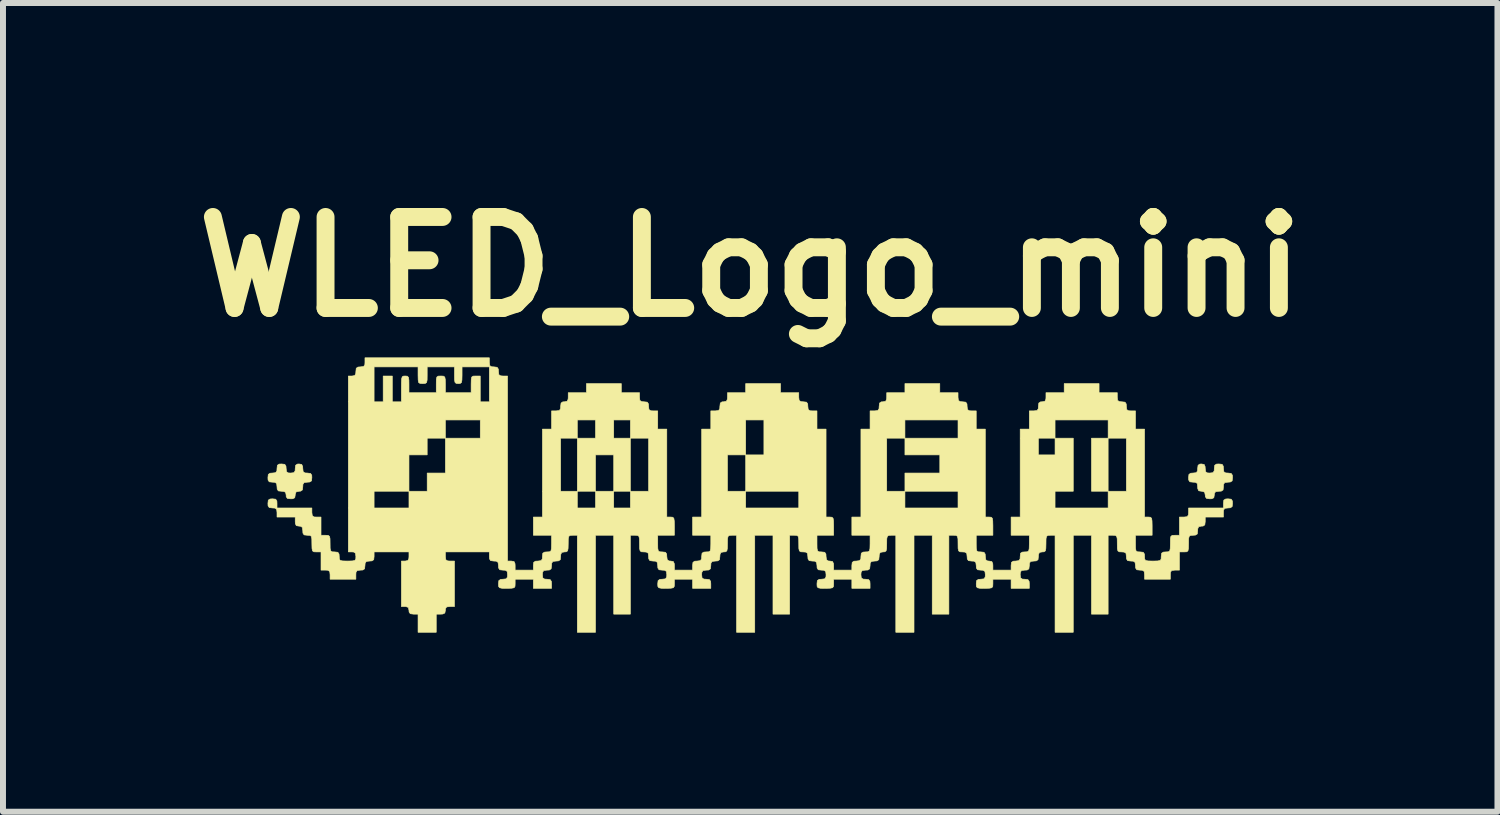
<source format=kicad_pcb>
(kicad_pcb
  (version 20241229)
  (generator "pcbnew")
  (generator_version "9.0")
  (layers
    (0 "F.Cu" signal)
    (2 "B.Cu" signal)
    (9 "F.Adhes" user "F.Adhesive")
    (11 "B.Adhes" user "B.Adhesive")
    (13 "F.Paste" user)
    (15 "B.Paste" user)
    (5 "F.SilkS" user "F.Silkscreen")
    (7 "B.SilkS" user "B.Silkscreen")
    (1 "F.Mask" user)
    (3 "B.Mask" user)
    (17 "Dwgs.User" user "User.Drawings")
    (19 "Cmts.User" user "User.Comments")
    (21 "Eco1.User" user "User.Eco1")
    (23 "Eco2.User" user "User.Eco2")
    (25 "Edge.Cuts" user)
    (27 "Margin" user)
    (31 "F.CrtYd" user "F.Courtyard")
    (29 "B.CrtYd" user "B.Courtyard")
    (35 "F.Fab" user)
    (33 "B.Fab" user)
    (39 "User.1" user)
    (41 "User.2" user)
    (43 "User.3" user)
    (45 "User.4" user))
  (footprint "WLED_Logo_mini"
    (layer "F.Cu")
    (at 9.514 5.228)
    (property "Reference" "WLED_Logo_mini" (at 0 -3.81 0) (layer "F.SilkS") (effects (font (size 1.524 1.524) (thickness 0.3))))
    (attr through_hole)
    (fp_poly (pts (xy 5.994 -0.051) (xy 5.715 -0.051) (xy 5.715 -0.94) (xy 5.994 -0.94) (xy 5.994 -0.051)) (stroke (width 0.01) (type solid)) (fill yes) (layer "F.SilkS"))
    (fp_poly (pts (xy -7.511 -0.5) (xy -7.495 -0.465) (xy -7.493 -0.432) (xy -7.487 -0.378) (xy -7.457 -0.358) (xy -7.417 -0.356) (xy -7.363 -0.349) (xy -7.343 -0.32) (xy -7.341 -0.279) (xy -7.347 -0.225) (xy -7.377 -0.206) (xy -7.417 -0.203) (xy -7.471 -0.197) (xy -7.491 -0.167) (xy -7.493 -0.127) (xy -7.5 -0.073) (xy -7.529 -0.053) (xy -7.556 -0.051) (xy -7.605 -0.04) (xy -7.62 0.001) (xy -7.62 0.013) (xy -7.628 0.058) (xy -7.663 0.075) (xy -7.696 0.076) (xy -7.751 0.069) (xy -7.771 0.04) (xy -7.772 0.013) (xy -7.781 -0.033) (xy -7.815 -0.049) (xy -7.849 -0.051) (xy -7.903 -0.057) (xy -7.922 -0.087) (xy -7.925 -0.127) (xy -7.931 -0.181) (xy -7.961 -0.201) (xy -8.001 -0.203) (xy -8.055 -0.209) (xy -8.075 -0.239) (xy -8.077 -0.279) (xy -8.071 -0.333) (xy -8.041 -0.353) (xy -8.001 -0.356) (xy -7.947 -0.362) (xy -7.927 -0.392) (xy -7.925 -0.432) (xy -7.919 -0.486) (xy -7.889 -0.506) (xy -7.849 -0.508) (xy -7.795 -0.502) (xy -7.775 -0.472) (xy -7.772 -0.432) (xy -7.766 -0.378) (xy -7.736 -0.358) (xy -7.696 -0.356) (xy -7.642 -0.362) (xy -7.622 -0.392) (xy -7.62 -0.432) (xy -7.613 -0.486) (xy -7.584 -0.506) (xy -7.556 -0.508) (xy -7.511 -0.5)) (stroke (width 0.01) (type solid)) (fill yes) (layer "F.SilkS"))
    (fp_poly (pts (xy 7.903 -0.502) (xy 7.922 -0.472) (xy 7.925 -0.432) (xy 7.931 -0.378) (xy 7.961 -0.358) (xy 8.001 -0.356) (xy 8.055 -0.349) (xy 8.075 -0.32) (xy 8.077 -0.279) (xy 8.071 -0.225) (xy 8.041 -0.206) (xy 8.001 -0.203) (xy 7.947 -0.197) (xy 7.927 -0.167) (xy 7.925 -0.127) (xy 7.919 -0.073) (xy 7.889 -0.053) (xy 7.849 -0.051) (xy 7.794 -0.044) (xy 7.774 -0.015) (xy 7.772 0.013) (xy 7.764 0.058) (xy 7.729 0.075) (xy 7.696 0.076) (xy 7.642 0.069) (xy 7.622 0.04) (xy 7.62 0.013) (xy 7.61 -0.036) (xy 7.568 -0.051) (xy 7.556 -0.051) (xy 7.511 -0.059) (xy 7.495 -0.094) (xy 7.493 -0.127) (xy 7.487 -0.181) (xy 7.457 -0.201) (xy 7.417 -0.203) (xy 7.363 -0.209) (xy 7.343 -0.239) (xy 7.341 -0.279) (xy 7.347 -0.333) (xy 7.377 -0.353) (xy 7.417 -0.356) (xy 7.471 -0.362) (xy 7.491 -0.392) (xy 7.493 -0.432) (xy 7.5 -0.486) (xy 7.529 -0.506) (xy 7.556 -0.508) (xy 7.602 -0.5) (xy 7.618 -0.465) (xy 7.62 -0.432) (xy 7.626 -0.378) (xy 7.656 -0.358) (xy 7.696 -0.356) (xy 7.75 -0.362) (xy 7.77 -0.392) (xy 7.772 -0.432) (xy 7.779 -0.486) (xy 7.808 -0.506) (xy 7.849 -0.508) (xy 7.903 -0.502)) (stroke (width 0.01) (type solid)) (fill yes) (layer "F.SilkS"))
    (fp_poly (pts (xy -4.369 -2.21) (xy -4.363 -2.156) (xy -4.333 -2.136) (xy -4.293 -2.134) (xy -4.239 -2.127) (xy -4.219 -2.098) (xy -4.216 -2.057) (xy -4.21 -2.003) (xy -4.18 -1.984) (xy -4.14 -1.981) (xy -4.064 -1.981) (xy -4.064 1.118) (xy -4 1.118) (xy -3.955 1.126) (xy -3.939 1.161) (xy -3.937 1.194) (xy -3.937 1.27) (xy -3.632 1.27) (xy -3.632 1.194) (xy -3.626 1.14) (xy -3.596 1.12) (xy -3.556 1.118) (xy -3.502 1.111) (xy -3.482 1.082) (xy -3.48 1.041) (xy -3.474 0.987) (xy -3.444 0.968) (xy -3.404 0.965) (xy -3.36 0.963) (xy -3.337 0.947) (xy -3.329 0.907) (xy -3.327 0.828) (xy -3.327 0.826) (xy -3.327 0.686) (xy -3.632 0.686) (xy -3.632 0.381) (xy -3.48 0.381) (xy -3.48 -0.94) (xy -3.175 -0.94) (xy -3.175 -0.051) (xy -2.896 -0.051) (xy -2.896 0.229) (xy -2.591 0.229) (xy -2.591 -0.051) (xy -2.896 -0.051) (xy -2.896 -0.66) (xy -2.591 -0.66) (xy -2.591 -0.051) (xy -2.286 -0.051) (xy -2.286 0.229) (xy -2.007 0.229) (xy -2.007 -0.051) (xy -2.286 -0.051) (xy -2.286 -0.66) (xy -2.591 -0.66) (xy -2.896 -0.66) (xy -2.896 -0.94) (xy -3.175 -0.94) (xy -3.48 -0.94) (xy -3.48 -1.092) (xy -3.327 -1.092) (xy -3.327 -1.245) (xy -2.896 -1.245) (xy -2.896 -0.94) (xy -2.591 -0.94) (xy -2.591 -1.245) (xy -2.286 -1.245) (xy -2.286 -0.94) (xy -2.007 -0.94) (xy -2.007 -0.051) (xy -1.702 -0.051) (xy -1.702 -0.94) (xy -2.007 -0.94) (xy -2.007 -1.245) (xy -2.286 -1.245) (xy -2.591 -1.245) (xy -2.896 -1.245) (xy -3.327 -1.245) (xy -3.327 -1.397) (xy -3.251 -1.397) (xy -3.197 -1.403) (xy -3.177 -1.433) (xy -3.175 -1.473) (xy -3.168 -1.528) (xy -3.139 -1.548) (xy -3.111 -1.549) (xy -3.066 -1.558) (xy -3.05 -1.592) (xy -3.048 -1.626) (xy -3.048 -1.702) (xy -2.743 -1.702) (xy -2.743 -1.854) (xy -2.159 -1.854) (xy -2.159 -1.702) (xy -1.854 -1.702) (xy -1.854 -1.626) (xy -1.848 -1.572) (xy -1.818 -1.552) (xy -1.778 -1.549) (xy -1.724 -1.543) (xy -1.704 -1.513) (xy -1.702 -1.473) (xy -1.696 -1.419) (xy -1.666 -1.399) (xy -1.626 -1.397) (xy -1.549 -1.397) (xy -1.549 -1.092) (xy -1.397 -1.092) (xy -1.397 0.381) (xy -1.333 0.381) (xy -1.298 0.384) (xy -1.279 0.402) (xy -1.272 0.446) (xy -1.27 0.528) (xy -1.27 0.533) (xy -1.27 0.686) (xy -1.549 0.686) (xy -1.549 0.826) (xy -1.548 0.905) (xy -1.54 0.947) (xy -1.517 0.963) (xy -1.474 0.965) (xy -1.473 0.965) (xy -1.419 0.971) (xy -1.399 1.001) (xy -1.397 1.041) (xy -1.39 1.096) (xy -1.361 1.116) (xy -1.333 1.118) (xy -1.288 1.126) (xy -1.272 1.161) (xy -1.27 1.194) (xy -1.27 1.27) (xy -0.965 1.27) (xy -0.965 1.194) (xy -0.959 1.14) (xy -0.929 1.12) (xy -0.889 1.118) (xy -0.835 1.111) (xy -0.815 1.082) (xy -0.813 1.041) (xy -0.807 0.987) (xy -0.777 0.968) (xy -0.737 0.965) (xy -0.693 0.963) (xy -0.67 0.947) (xy -0.662 0.907) (xy -0.66 0.828) (xy -0.66 0.826) (xy -0.66 0.686) (xy -0.965 0.686) (xy -0.965 0.381) (xy -0.813 0.381) (xy -0.813 -0.66) (xy -0.381 -0.66) (xy -0.381 -0.051) (xy -0.076 -0.051) (xy -0.076 0.229) (xy 0.813 0.229) (xy 0.813 -0.051) (xy -0.076 -0.051) (xy -0.076 -0.66) (xy -0.381 -0.66) (xy -0.813 -0.66) (xy -0.813 -1.092) (xy -0.66 -1.092) (xy -0.66 -1.245) (xy -0.076 -1.245) (xy -0.076 -0.66) (xy 0.229 -0.66) (xy 0.229 -1.245) (xy -0.076 -1.245) (xy -0.66 -1.245) (xy -0.66 -1.397) (xy -0.584 -1.397) (xy -0.53 -1.403) (xy -0.51 -1.433) (xy -0.508 -1.473) (xy -0.501 -1.528) (xy -0.472 -1.548) (xy -0.445 -1.549) (xy -0.399 -1.558) (xy -0.383 -1.592) (xy -0.381 -1.626) (xy -0.381 -1.702) (xy -0.076 -1.702) (xy -0.076 -1.854) (xy 0.508 -1.854) (xy 0.508 -1.702) (xy 0.813 -1.702) (xy 0.813 -1.626) (xy 0.819 -1.572) (xy 0.849 -1.552) (xy 0.889 -1.549) (xy 0.943 -1.543) (xy 0.963 -1.513) (xy 0.965 -1.473) (xy 0.971 -1.419) (xy 1.001 -1.399) (xy 1.041 -1.397) (xy 1.118 -1.397) (xy 1.118 -1.092) (xy 1.27 -1.092) (xy 1.27 0.381) (xy 1.333 0.381) (xy 1.369 0.384) (xy 1.388 0.402) (xy 1.395 0.446) (xy 1.397 0.528) (xy 1.397 0.533) (xy 1.397 0.686) (xy 1.118 0.686) (xy 1.118 0.826) (xy 1.119 0.905) (xy 1.127 0.947) (xy 1.15 0.963) (xy 1.193 0.965) (xy 1.194 0.965) (xy 1.248 0.971) (xy 1.268 1.001) (xy 1.27 1.041) (xy 1.277 1.096) (xy 1.306 1.116) (xy 1.333 1.118) (xy 1.379 1.126) (xy 1.395 1.161) (xy 1.397 1.194) (xy 1.397 1.27) (xy 1.702 1.27) (xy 1.702 1.194) (xy 1.708 1.14) (xy 1.738 1.12) (xy 1.778 1.118) (xy 1.832 1.111) (xy 1.852 1.082) (xy 1.854 1.041) (xy 1.86 0.987) (xy 1.89 0.968) (xy 1.93 0.965) (xy 1.974 0.963) (xy 1.997 0.947) (xy 2.005 0.907) (xy 2.007 0.828) (xy 2.007 0.826) (xy 2.007 0.686) (xy 1.702 0.686) (xy 1.702 0.381) (xy 1.854 0.381) (xy 1.854 -0.94) (xy 2.286 -0.94) (xy 2.286 -0.051) (xy 2.591 -0.051) (xy 2.591 0.229) (xy 3.48 0.229) (xy 3.48 -0.051) (xy 2.591 -0.051) (xy 2.591 -0.356) (xy 3.175 -0.356) (xy 3.175 -0.66) (xy 2.591 -0.66) (xy 2.591 -0.94) (xy 2.286 -0.94) (xy 1.854 -0.94) (xy 1.854 -1.092) (xy 2.007 -1.092) (xy 2.007 -1.245) (xy 2.591 -1.245) (xy 2.591 -0.94) (xy 3.48 -0.94) (xy 3.48 -1.245) (xy 2.591 -1.245) (xy 2.007 -1.245) (xy 2.007 -1.397) (xy 2.083 -1.397) (xy 2.137 -1.403) (xy 2.157 -1.433) (xy 2.159 -1.473) (xy 2.166 -1.528) (xy 2.195 -1.548) (xy 2.223 -1.549) (xy 2.268 -1.558) (xy 2.284 -1.592) (xy 2.286 -1.626) (xy 2.286 -1.702) (xy 2.591 -1.702) (xy 2.591 -1.854) (xy 3.175 -1.854) (xy 3.175 -1.702) (xy 3.48 -1.702) (xy 3.48 -1.626) (xy 3.486 -1.572) (xy 3.516 -1.552) (xy 3.556 -1.549) (xy 3.61 -1.543) (xy 3.63 -1.513) (xy 3.632 -1.473) (xy 3.638 -1.419) (xy 3.668 -1.399) (xy 3.708 -1.397) (xy 3.785 -1.397) (xy 3.785 -1.092) (xy 3.937 -1.092) (xy 3.937 0.381) (xy 4 0.381) (xy 4.036 0.384) (xy 4.055 0.402) (xy 4.062 0.446) (xy 4.064 0.528) (xy 4.064 0.533) (xy 4.064 0.686) (xy 3.785 0.686) (xy 3.785 0.826) (xy 3.786 0.905) (xy 3.794 0.947) (xy 3.817 0.963) (xy 3.86 0.965) (xy 3.861 0.965) (xy 3.915 0.971) (xy 3.935 1.001) (xy 3.937 1.041) (xy 3.944 1.096) (xy 3.973 1.116) (xy 4 1.118) (xy 4.046 1.126) (xy 4.062 1.161) (xy 4.064 1.194) (xy 4.064 1.27) (xy 4.369 1.27) (xy 4.369 1.194) (xy 4.375 1.14) (xy 4.405 1.12) (xy 4.445 1.118) (xy 4.499 1.111) (xy 4.519 1.082) (xy 4.521 1.041) (xy 4.527 0.987) (xy 4.557 0.968) (xy 4.597 0.965) (xy 4.641 0.963) (xy 4.664 0.947) (xy 4.672 0.907) (xy 4.674 0.828) (xy 4.674 0.826) (xy 4.674 0.686) (xy 4.369 0.686) (xy 4.369 0.381) (xy 4.521 0.381) (xy 4.521 -0.051) (xy 5.105 -0.051) (xy 5.105 0.229) (xy 5.994 0.229) (xy 5.994 -0.051) (xy 6.299 -0.051) (xy 6.299 -0.94) (xy 5.994 -0.94) (xy 5.994 -1.245) (xy 5.105 -1.245) (xy 5.105 -0.94) (xy 5.41 -0.94) (xy 5.41 -0.051) (xy 5.105 -0.051) (xy 4.521 -0.051) (xy 4.521 -0.94) (xy 4.826 -0.94) (xy 4.826 -0.66) (xy 5.105 -0.66) (xy 5.105 -0.94) (xy 4.826 -0.94) (xy 4.521 -0.94) (xy 4.521 -1.092) (xy 4.674 -1.092) (xy 4.674 -1.397) (xy 4.75 -1.397) (xy 4.804 -1.403) (xy 4.824 -1.433) (xy 4.826 -1.473) (xy 4.833 -1.528) (xy 4.862 -1.548) (xy 4.889 -1.549) (xy 4.935 -1.558) (xy 4.951 -1.592) (xy 4.953 -1.626) (xy 4.953 -1.702) (xy 5.258 -1.702) (xy 5.258 -1.854) (xy 5.842 -1.854) (xy 5.842 -1.702) (xy 6.147 -1.702) (xy 6.147 -1.626) (xy 6.153 -1.572) (xy 6.183 -1.552) (xy 6.223 -1.549) (xy 6.277 -1.543) (xy 6.297 -1.513) (xy 6.299 -1.473) (xy 6.305 -1.419) (xy 6.335 -1.399) (xy 6.375 -1.397) (xy 6.452 -1.397) (xy 6.452 -1.092) (xy 6.604 -1.092) (xy 6.604 0.381) (xy 6.668 0.381) (xy 6.703 0.384) (xy 6.722 0.402) (xy 6.729 0.446) (xy 6.731 0.528) (xy 6.731 0.533) (xy 6.731 0.686) (xy 6.452 0.686) (xy 6.452 0.826) (xy 6.453 0.905) (xy 6.461 0.947) (xy 6.484 0.963) (xy 6.527 0.965) (xy 6.528 0.965) (xy 6.582 0.971) (xy 6.602 1.001) (xy 6.604 1.041) (xy 6.606 1.085) (xy 6.622 1.108) (xy 6.663 1.116) (xy 6.742 1.118) (xy 6.744 1.118) (xy 6.824 1.116) (xy 6.865 1.108) (xy 6.881 1.086) (xy 6.883 1.043) (xy 6.883 1.041) (xy 6.89 0.987) (xy 6.919 0.968) (xy 6.96 0.965) (xy 7.003 0.963) (xy 7.026 0.947) (xy 7.034 0.907) (xy 7.036 0.828) (xy 7.036 0.826) (xy 7.037 0.746) (xy 7.045 0.704) (xy 7.068 0.688) (xy 7.111 0.686) (xy 7.188 0.686) (xy 7.188 0.381) (xy 7.264 0.381) (xy 7.318 0.375) (xy 7.338 0.345) (xy 7.341 0.305) (xy 7.341 0.229) (xy 7.925 0.229) (xy 7.925 0.152) (xy 7.931 0.098) (xy 7.961 0.079) (xy 8.001 0.076) (xy 8.055 0.082) (xy 8.075 0.112) (xy 8.077 0.152) (xy 8.071 0.206) (xy 8.041 0.226) (xy 8.001 0.229) (xy 7.947 0.235) (xy 7.927 0.265) (xy 7.925 0.305) (xy 7.925 0.381) (xy 7.62 0.381) (xy 7.62 0.457) (xy 7.613 0.512) (xy 7.584 0.532) (xy 7.556 0.533) (xy 7.511 0.542) (xy 7.495 0.576) (xy 7.493 0.61) (xy 7.487 0.664) (xy 7.457 0.683) (xy 7.417 0.686) (xy 7.373 0.688) (xy 7.351 0.704) (xy 7.342 0.744) (xy 7.341 0.823) (xy 7.341 0.826) (xy 7.339 0.905) (xy 7.331 0.947) (xy 7.309 0.963) (xy 7.266 0.965) (xy 7.264 0.965) (xy 7.188 0.965) (xy 7.188 1.27) (xy 7.112 1.27) (xy 7.058 1.276) (xy 7.038 1.306) (xy 7.036 1.346) (xy 7.036 1.422) (xy 6.604 1.422) (xy 6.604 1.346) (xy 6.598 1.292) (xy 6.568 1.272) (xy 6.528 1.27) (xy 6.474 1.264) (xy 6.454 1.234) (xy 6.452 1.194) (xy 6.445 1.14) (xy 6.416 1.12) (xy 6.375 1.118) (xy 6.321 1.111) (xy 6.302 1.082) (xy 6.299 1.041) (xy 6.293 0.987) (xy 6.263 0.968) (xy 6.223 0.965) (xy 6.179 0.963) (xy 6.157 0.947) (xy 6.148 0.907) (xy 6.147 0.828) (xy 6.147 0.826) (xy 6.146 0.746) (xy 6.137 0.704) (xy 6.115 0.688) (xy 6.072 0.686) (xy 5.994 0.686) (xy 5.994 2.007) (xy 5.715 2.007) (xy 5.715 0.686) (xy 5.41 0.686) (xy 5.41 2.311) (xy 5.105 2.311) (xy 5.105 0.686) (xy 5.029 0.686) (xy 4.986 0.688) (xy 4.963 0.704) (xy 4.954 0.744) (xy 4.953 0.823) (xy 4.953 0.826) (xy 4.951 0.906) (xy 4.943 0.947) (xy 4.921 0.963) (xy 4.889 0.965) (xy 4.844 0.973) (xy 4.828 1.008) (xy 4.826 1.041) (xy 4.82 1.095) (xy 4.79 1.115) (xy 4.75 1.118) (xy 4.696 1.124) (xy 4.676 1.154) (xy 4.674 1.194) (xy 4.667 1.248) (xy 4.638 1.268) (xy 4.597 1.27) (xy 4.543 1.276) (xy 4.524 1.306) (xy 4.521 1.346) (xy 4.527 1.4) (xy 4.557 1.42) (xy 4.597 1.422) (xy 4.651 1.429) (xy 4.671 1.458) (xy 4.674 1.499) (xy 4.674 1.575) (xy 4.369 1.575) (xy 4.369 1.422) (xy 4.064 1.422) (xy 4.064 1.499) (xy 4.062 1.542) (xy 4.046 1.565) (xy 4.005 1.573) (xy 3.926 1.575) (xy 3.924 1.575) (xy 3.844 1.574) (xy 3.803 1.565) (xy 3.787 1.543) (xy 3.785 1.5) (xy 3.785 1.499) (xy 3.791 1.445) (xy 3.821 1.425) (xy 3.861 1.422) (xy 3.915 1.416) (xy 3.935 1.386) (xy 3.937 1.346) (xy 3.931 1.292) (xy 3.901 1.272) (xy 3.861 1.27) (xy 3.807 1.264) (xy 3.787 1.234) (xy 3.785 1.194) (xy 3.778 1.14) (xy 3.749 1.12) (xy 3.708 1.118) (xy 3.654 1.111) (xy 3.635 1.082) (xy 3.632 1.041) (xy 3.626 0.987) (xy 3.596 0.968) (xy 3.556 0.965) (xy 3.512 0.963) (xy 3.49 0.947) (xy 3.481 0.907) (xy 3.48 0.828) (xy 3.48 0.826) (xy 3.479 0.746) (xy 3.47 0.704) (xy 3.448 0.688) (xy 3.405 0.686) (xy 3.327 0.686) (xy 3.327 2.007) (xy 3.048 2.007) (xy 3.048 0.686) (xy 2.743 0.686) (xy 2.743 2.311) (xy 2.438 2.311) (xy 2.438 0.686) (xy 2.362 0.686) (xy 2.319 0.688) (xy 2.296 0.704) (xy 2.287 0.744) (xy 2.286 0.823) (xy 2.286 0.826) (xy 2.284 0.906) (xy 2.276 0.947) (xy 2.254 0.963) (xy 2.223 0.965) (xy 2.177 0.973) (xy 2.161 1.008) (xy 2.159 1.041) (xy 2.153 1.095) (xy 2.123 1.115) (xy 2.083 1.118) (xy 2.029 1.124) (xy 2.009 1.154) (xy 2.007 1.194) (xy 2 1.248) (xy 1.971 1.268) (xy 1.93 1.27) (xy 1.876 1.276) (xy 1.857 1.306) (xy 1.854 1.346) (xy 1.86 1.4) (xy 1.89 1.42) (xy 1.93 1.422) (xy 1.984 1.429) (xy 2.004 1.458) (xy 2.007 1.499) (xy 2.007 1.575) (xy 1.702 1.575) (xy 1.702 1.422) (xy 1.397 1.422) (xy 1.397 1.499) (xy 1.395 1.542) (xy 1.379 1.565) (xy 1.338 1.573) (xy 1.259 1.575) (xy 1.257 1.575) (xy 1.177 1.574) (xy 1.136 1.565) (xy 1.12 1.543) (xy 1.118 1.5) (xy 1.118 1.499) (xy 1.124 1.445) (xy 1.154 1.425) (xy 1.194 1.422) (xy 1.248 1.416) (xy 1.268 1.386) (xy 1.27 1.346) (xy 1.264 1.292) (xy 1.234 1.272) (xy 1.194 1.27) (xy 1.14 1.264) (xy 1.12 1.234) (xy 1.118 1.194) (xy 1.111 1.14) (xy 1.082 1.12) (xy 1.041 1.118) (xy 0.987 1.111) (xy 0.968 1.082) (xy 0.965 1.041) (xy 0.959 0.987) (xy 0.929 0.968) (xy 0.889 0.965) (xy 0.845 0.963) (xy 0.823 0.947) (xy 0.814 0.907) (xy 0.813 0.828) (xy 0.813 0.826) (xy 0.812 0.746) (xy 0.803 0.704) (xy 0.781 0.688) (xy 0.738 0.686) (xy 0.66 0.686) (xy 0.66 2.007) (xy 0.381 2.007) (xy 0.381 0.686) (xy 0.076 0.686) (xy 0.076 2.311) (xy -0.229 2.311) (xy -0.229 0.686) (xy -0.305 0.686) (xy -0.348 0.688) (xy -0.371 0.704) (xy -0.38 0.744) (xy -0.381 0.823) (xy -0.381 0.826) (xy -0.383 0.906) (xy -0.391 0.947) (xy -0.413 0.963) (xy -0.445 0.965) (xy -0.49 0.973) (xy -0.506 1.008) (xy -0.508 1.041) (xy -0.514 1.095) (xy -0.544 1.115) (xy -0.584 1.118) (xy -0.638 1.124) (xy -0.658 1.154) (xy -0.66 1.194) (xy -0.667 1.248) (xy -0.696 1.268) (xy -0.737 1.27) (xy -0.791 1.276) (xy -0.81 1.306) (xy -0.813 1.346) (xy -0.807 1.4) (xy -0.777 1.42) (xy -0.737 1.422) (xy -0.683 1.429) (xy -0.663 1.458) (xy -0.66 1.499) (xy -0.66 1.575) (xy -0.965 1.575) (xy -0.965 1.422) (xy -1.27 1.422) (xy -1.27 1.499) (xy -1.272 1.542) (xy -1.288 1.565) (xy -1.329 1.573) (xy -1.408 1.575) (xy -1.41 1.575) (xy -1.49 1.574) (xy -1.531 1.565) (xy -1.547 1.543) (xy -1.549 1.5) (xy -1.549 1.499) (xy -1.543 1.445) (xy -1.513 1.425) (xy -1.473 1.422) (xy -1.419 1.416) (xy -1.399 1.386) (xy -1.397 1.346) (xy -1.403 1.292) (xy -1.433 1.272) (xy -1.473 1.27) (xy -1.527 1.264) (xy -1.547 1.234) (xy -1.549 1.194) (xy -1.556 1.14) (xy -1.585 1.12) (xy -1.626 1.118) (xy -1.68 1.111) (xy -1.699 1.082) (xy -1.702 1.041) (xy -1.708 0.987) (xy -1.738 0.968) (xy -1.778 0.965) (xy -1.822 0.963) (xy -1.844 0.947) (xy -1.853 0.907) (xy -1.854 0.828) (xy -1.854 0.826) (xy -1.855 0.746) (xy -1.864 0.704) (xy -1.886 0.688) (xy -1.929 0.686) (xy -2.007 0.686) (xy -2.007 2.007) (xy -2.286 2.007) (xy -2.286 0.686) (xy -2.591 0.686) (xy -2.591 2.311) (xy -2.896 2.311) (xy -2.896 0.686) (xy -2.972 0.686) (xy -3.015 0.688) (xy -3.038 0.704) (xy -3.047 0.744) (xy -3.048 0.823) (xy -3.048 0.826) (xy -3.05 0.906) (xy -3.058 0.947) (xy -3.08 0.963) (xy -3.111 0.965) (xy -3.157 0.973) (xy -3.173 1.008) (xy -3.175 1.041) (xy -3.181 1.095) (xy -3.211 1.115) (xy -3.251 1.118) (xy -3.305 1.124) (xy -3.325 1.154) (xy -3.327 1.194) (xy -3.334 1.248) (xy -3.363 1.268) (xy -3.404 1.27) (xy -3.458 1.276) (xy -3.477 1.306) (xy -3.48 1.346) (xy -3.474 1.4) (xy -3.444 1.42) (xy -3.404 1.422) (xy -3.35 1.429) (xy -3.33 1.458) (xy -3.327 1.499) (xy -3.327 1.575) (xy -3.632 1.575) (xy -3.632 1.422) (xy -3.937 1.422) (xy -3.937 1.499) (xy -3.939 1.542) (xy -3.955 1.565) (xy -3.996 1.573) (xy -4.075 1.575) (xy -4.077 1.575) (xy -4.157 1.574) (xy -4.198 1.565) (xy -4.214 1.543) (xy -4.216 1.5) (xy -4.216 1.499) (xy -4.21 1.445) (xy -4.18 1.425) (xy -4.14 1.422) (xy -4.086 1.416) (xy -4.066 1.386) (xy -4.064 1.346) (xy -4.07 1.292) (xy -4.1 1.272) (xy -4.14 1.27) (xy -4.194 1.264) (xy -4.214 1.234) (xy -4.216 1.194) (xy -4.223 1.14) (xy -4.252 1.12) (xy -4.293 1.118) (xy -4.347 1.111) (xy -4.366 1.082) (xy -4.369 1.041) (xy -4.369 0.965) (xy -5.105 0.965) (xy -5.105 1.041) (xy -5.099 1.095) (xy -5.069 1.115) (xy -5.029 1.118) (xy -4.953 1.118) (xy -4.953 1.88) (xy -5.029 1.88) (xy -5.084 1.886) (xy -5.104 1.915) (xy -5.105 1.943) (xy -5.114 1.988) (xy -5.148 2.005) (xy -5.182 2.007) (xy -5.258 2.007) (xy -5.258 2.311) (xy -5.563 2.311) (xy -5.563 2.007) (xy -5.639 2.007) (xy -5.693 2) (xy -5.713 1.971) (xy -5.715 1.943) (xy -5.725 1.895) (xy -5.767 1.88) (xy -5.779 1.88) (xy -5.842 1.88) (xy -5.842 1.118) (xy -5.779 1.118) (xy -5.733 1.109) (xy -5.717 1.075) (xy -5.715 1.041) (xy -5.715 0.965) (xy -6.299 0.965) (xy -6.299 1.041) (xy -6.305 1.095) (xy -6.335 1.115) (xy -6.375 1.118) (xy -6.429 1.124) (xy -6.449 1.154) (xy -6.452 1.194) (xy -6.458 1.248) (xy -6.488 1.268) (xy -6.528 1.27) (xy -6.582 1.276) (xy -6.602 1.306) (xy -6.604 1.346) (xy -6.604 1.422) (xy -7.036 1.422) (xy -7.036 1.346) (xy -7.042 1.292) (xy -7.072 1.272) (xy -7.112 1.27) (xy -7.188 1.27) (xy -7.188 0.965) (xy -7.264 0.965) (xy -7.308 0.963) (xy -7.331 0.947) (xy -7.339 0.907) (xy -7.341 0.828) (xy -7.341 0.826) (xy -7.342 0.746) (xy -7.35 0.704) (xy -7.373 0.688) (xy -7.416 0.686) (xy -7.417 0.686) (xy -7.471 0.68) (xy -7.491 0.65) (xy -7.493 0.61) (xy -7.5 0.555) (xy -7.529 0.535) (xy -7.556 0.533) (xy -7.602 0.525) (xy -7.618 0.49) (xy -7.62 0.457) (xy -7.62 0.381) (xy -7.925 0.381) (xy -7.925 0.305) (xy -7.931 0.251) (xy -7.961 0.231) (xy -8.001 0.229) (xy -8.055 0.222) (xy -8.075 0.193) (xy -8.077 0.152) (xy -8.071 0.098) (xy -8.041 0.079) (xy -8.001 0.076) (xy -7.947 0.082) (xy -7.927 0.112) (xy -7.925 0.152) (xy -7.925 0.229) (xy -7.341 0.229) (xy -7.341 0.305) (xy -7.334 0.359) (xy -7.305 0.379) (xy -7.264 0.381) (xy -7.188 0.381) (xy -7.188 0.686) (xy -7.112 0.686) (xy -7.068 0.688) (xy -7.046 0.704) (xy -7.037 0.744) (xy -7.036 0.823) (xy -7.036 0.826) (xy -7.035 0.905) (xy -7.026 0.947) (xy -7.004 0.963) (xy -6.961 0.965) (xy -6.96 0.965) (xy -6.906 0.971) (xy -6.886 1.001) (xy -6.883 1.041) (xy -6.881 1.085) (xy -6.866 1.108) (xy -6.825 1.116) (xy -6.746 1.118) (xy -6.744 1.118) (xy -6.664 1.116) (xy -6.622 1.108) (xy -6.606 1.086) (xy -6.604 1.043) (xy -6.604 1.041) (xy -6.611 0.987) (xy -6.64 0.967) (xy -6.668 0.965) (xy -6.731 0.965) (xy -6.731 -0.051) (xy -6.299 -0.051) (xy -6.299 0.229) (xy -5.715 0.229) (xy -5.715 -0.051) (xy -6.299 -0.051) (xy -6.731 -0.051) (xy -6.731 -0.66) (xy -5.715 -0.66) (xy -5.715 -0.051) (xy -5.41 -0.051) (xy -5.41 -0.356) (xy -5.105 -0.356) (xy -5.105 -0.94) (xy -5.41 -0.94) (xy -5.41 -0.66) (xy -5.715 -0.66) (xy -6.731 -0.66) (xy -6.731 -1.245) (xy -5.105 -1.245) (xy -5.105 -0.94) (xy -4.521 -0.94) (xy -4.521 -1.245) (xy -5.105 -1.245) (xy -6.731 -1.245) (xy -6.731 -1.981) (xy -6.668 -1.981) (xy -6.622 -1.989) (xy -6.606 -2.024) (xy -6.604 -2.057) (xy -6.598 -2.111) (xy -6.568 -2.131) (xy -6.528 -2.134) (xy -6.299 -2.134) (xy -6.299 -1.549) (xy -6.147 -1.549) (xy -6.147 -1.981) (xy -5.994 -1.981) (xy -5.994 -1.549) (xy -5.842 -1.549) (xy -5.842 -1.765) (xy -5.841 -1.87) (xy -5.838 -1.934) (xy -5.828 -1.967) (xy -5.809 -1.979) (xy -5.779 -1.981) (xy -5.742 -1.978) (xy -5.723 -1.958) (xy -5.716 -1.911) (xy -5.715 -1.841) (xy -5.715 -1.702) (xy -5.258 -1.702) (xy -5.258 -1.841) (xy -5.257 -1.921) (xy -5.248 -1.963) (xy -5.226 -1.979) (xy -5.183 -1.981) (xy -5.182 -1.981) (xy -5.138 -1.979) (xy -5.115 -1.963) (xy -5.107 -1.923) (xy -5.105 -1.844) (xy -5.105 -1.841) (xy -5.105 -1.702) (xy -4.674 -1.702) (xy -4.674 -1.841) (xy -4.672 -1.921) (xy -4.664 -1.963) (xy -4.642 -1.979) (xy -4.599 -1.981) (xy -4.521 -1.981) (xy -4.521 -1.549) (xy -4.369 -1.549) (xy -4.369 -2.134) (xy -4.826 -2.134) (xy -4.826 -1.994) (xy -4.828 -1.914) (xy -4.836 -1.872) (xy -4.858 -1.856) (xy -4.889 -1.854) (xy -4.926 -1.858) (xy -4.945 -1.877) (xy -4.952 -1.924) (xy -4.953 -1.994) (xy -4.953 -2.134) (xy -5.41 -2.134) (xy -5.41 -1.994) (xy -5.411 -1.914) (xy -5.42 -1.872) (xy -5.442 -1.857) (xy -5.485 -1.854) (xy -5.486 -1.854) (xy -5.53 -1.857) (xy -5.553 -1.872) (xy -5.561 -1.913) (xy -5.563 -1.992) (xy -5.563 -2.134) (xy -6.299 -2.134) (xy -6.528 -2.134) (xy -6.474 -2.14) (xy -6.454 -2.17) (xy -6.452 -2.21) (xy -6.452 -2.286) (xy -4.369 -2.286) (xy -4.369 -2.21)) (stroke (width 0.01) (type solid)) (fill yes) (layer "F.SilkS")))
  (gr_rect
    (start -3 -3)
    (end 22.028 10.544)
    (stroke (width 0.1) (type default))
    (fill no)
    (layer "Edge.Cuts")))
</source>
